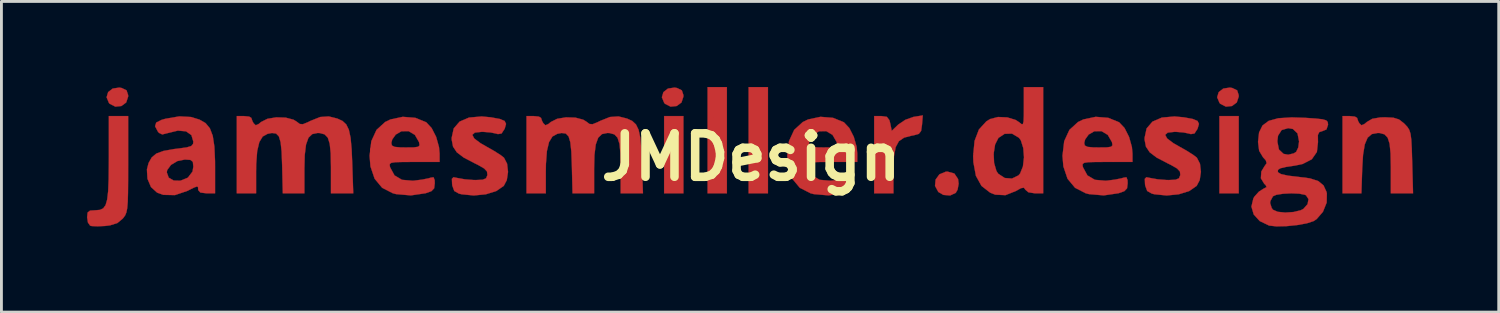
<source format=kicad_pcb>
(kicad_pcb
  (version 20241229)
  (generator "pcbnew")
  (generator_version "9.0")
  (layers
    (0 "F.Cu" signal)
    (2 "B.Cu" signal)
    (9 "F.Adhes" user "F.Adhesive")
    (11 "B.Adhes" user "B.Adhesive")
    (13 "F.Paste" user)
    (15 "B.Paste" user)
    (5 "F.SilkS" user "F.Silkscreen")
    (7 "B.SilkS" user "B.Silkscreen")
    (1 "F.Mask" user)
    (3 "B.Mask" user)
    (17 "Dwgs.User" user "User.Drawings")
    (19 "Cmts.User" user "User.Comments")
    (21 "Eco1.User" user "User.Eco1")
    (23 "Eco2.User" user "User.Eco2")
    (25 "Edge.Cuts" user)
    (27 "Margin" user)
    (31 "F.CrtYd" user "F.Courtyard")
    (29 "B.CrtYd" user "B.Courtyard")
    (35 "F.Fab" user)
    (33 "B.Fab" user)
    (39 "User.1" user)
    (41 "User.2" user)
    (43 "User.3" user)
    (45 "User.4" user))
  (footprint "JMDesign"
    (layer "F.Cu")
    (at 23.288 2.46)
    (property "Reference" "JMDesign" (at 0 0 0) (layer "F.SilkS") (effects (font (size 1.524 1.524) (thickness 0.3))))
    (attr through_hole)
    (fp_poly (pts (xy -2.371 1.27) (xy -3.048 1.27) (xy -3.048 -1.439) (xy -2.371 -1.439) (xy -2.371 1.27)) (stroke (width 0.01) (type solid)) (fill yes) (layer "F.Cu"))
    (fp_poly (pts (xy -0.847 1.27) (xy -1.524 1.27) (xy -1.524 -2.455) (xy -0.847 -2.455) (xy -0.847 1.27)) (stroke (width 0.01) (type solid)) (fill yes) (layer "F.Cu"))
    (fp_poly (pts (xy 0.593 1.27) (xy -0.085 1.27) (xy -0.085 -2.455) (xy 0.593 -2.455) (xy 0.593 1.27)) (stroke (width 0.01) (type solid)) (fill yes) (layer "F.Cu"))
    (fp_poly (pts (xy 17.103 1.27) (xy 16.425 1.27) (xy 16.425 -1.439) (xy 17.103 -1.439) (xy 17.103 1.27)) (stroke (width 0.01) (type solid)) (fill yes) (layer "F.Cu"))
    (fp_poly (pts (xy -22.069 -2.424) (xy -21.9 -2.342) (xy -21.845 -2.177) (xy -21.844 -2.124) (xy -21.913 -1.916) (xy -22.081 -1.792) (xy -22.292 -1.77) (xy -22.49 -1.87) (xy -22.518 -1.901) (xy -22.6 -2.099) (xy -22.546 -2.279) (xy -22.387 -2.404) (xy -22.155 -2.439) (xy -22.069 -2.424)) (stroke (width 0.01) (type solid)) (fill yes) (layer "F.Cu"))
    (fp_poly (pts (xy -2.595 -2.424) (xy -2.427 -2.342) (xy -2.372 -2.177) (xy -2.371 -2.124) (xy -2.439 -1.916) (xy -2.608 -1.792) (xy -2.819 -1.77) (xy -3.016 -1.87) (xy -3.045 -1.901) (xy -3.127 -2.099) (xy -3.073 -2.279) (xy -2.914 -2.404) (xy -2.682 -2.439) (xy -2.595 -2.424)) (stroke (width 0.01) (type solid)) (fill yes) (layer "F.Cu"))
    (fp_poly (pts (xy 7.13 0.575) (xy 7.26 0.768) (xy 7.281 0.931) (xy 7.244 1.138) (xy 7.18 1.253) (xy 6.983 1.345) (xy 6.744 1.325) (xy 6.568 1.222) (xy 6.452 1.009) (xy 6.473 0.787) (xy 6.606 0.604) (xy 6.831 0.511) (xy 6.889 0.508) (xy 7.13 0.575)) (stroke (width 0.01) (type solid)) (fill yes) (layer "F.Cu"))
    (fp_poly (pts (xy 16.878 -2.424) (xy 17.047 -2.342) (xy 17.101 -2.177) (xy 17.103 -2.124) (xy 17.034 -1.916) (xy 16.866 -1.792) (xy 16.654 -1.77) (xy 16.457 -1.87) (xy 16.429 -1.901) (xy 16.346 -2.099) (xy 16.401 -2.279) (xy 16.56 -2.404) (xy 16.792 -2.439) (xy 16.878 -2.424)) (stroke (width 0.01) (type solid)) (fill yes) (layer "F.Cu"))
    (fp_poly (pts (xy 5.996 -1.135) (xy 5.965 -0.921) (xy 5.885 -0.816) (xy 5.702 -0.764) (xy 5.636 -0.753) (xy 5.369 -0.684) (xy 5.186 -0.56) (xy 5.073 -0.353) (xy 5.014 -0.037) (xy 4.995 0.417) (xy 4.995 0.475) (xy 4.995 1.27) (xy 4.318 1.27) (xy 4.318 -1.439) (xy 4.574 -1.439) (xy 4.762 -1.413) (xy 4.852 -1.297) (xy 4.882 -1.181) (xy 4.934 -0.922) (xy 5.163 -1.141) (xy 5.41 -1.308) (xy 5.694 -1.41) (xy 5.708 -1.412) (xy 6.023 -1.463) (xy 5.996 -1.135)) (stroke (width 0.01) (type solid)) (fill yes) (layer "F.Cu"))
    (fp_poly (pts (xy -21.844 0.249) (xy -21.845 0.826) (xy -21.849 1.258) (xy -21.858 1.57) (xy -21.876 1.788) (xy -21.905 1.935) (xy -21.946 2.038) (xy -22.004 2.12) (xy -22.035 2.157) (xy -22.221 2.311) (xy -22.476 2.392) (xy -22.648 2.414) (xy -22.915 2.427) (xy -23.118 2.418) (xy -23.177 2.404) (xy -23.254 2.294) (xy -23.283 2.11) (xy -23.266 1.944) (xy -23.181 1.876) (xy -22.985 1.863) (xy -22.833 1.85) (xy -22.719 1.797) (xy -22.636 1.684) (xy -22.58 1.49) (xy -22.545 1.195) (xy -22.528 0.779) (xy -22.522 0.221) (xy -22.521 -0.006) (xy -22.521 -1.439) (xy -21.844 -1.439) (xy -21.844 0.249)) (stroke (width 0.01) (type solid)) (fill yes) (layer "F.Cu"))
    (fp_poly (pts (xy 21.176 -1.421) (xy 21.253 -1.377) (xy 21.253 -1.376) (xy 21.294 -1.256) (xy 21.332 -1.189) (xy 21.407 -1.117) (xy 21.511 -1.161) (xy 21.594 -1.231) (xy 21.786 -1.344) (xy 22.067 -1.392) (xy 22.232 -1.397) (xy 22.526 -1.382) (xy 22.723 -1.321) (xy 22.894 -1.189) (xy 22.922 -1.162) (xy 23.018 -1.059) (xy 23.084 -0.955) (xy 23.128 -0.816) (xy 23.155 -0.609) (xy 23.172 -0.301) (xy 23.185 0.141) (xy 23.186 0.171) (xy 23.216 1.27) (xy 22.437 1.27) (xy 22.437 0.345) (xy 22.427 -0.134) (xy 22.394 -0.469) (xy 22.326 -0.682) (xy 22.215 -0.799) (xy 22.052 -0.844) (xy 21.978 -0.847) (xy 21.772 -0.809) (xy 21.624 -0.683) (xy 21.524 -0.449) (xy 21.463 -0.085) (xy 21.434 0.39) (xy 21.405 1.27) (xy 20.743 1.27) (xy 20.743 -1.439) (xy 20.997 -1.439) (xy 21.176 -1.421)) (stroke (width 0.01) (type solid)) (fill yes) (layer "F.Cu"))
    (fp_poly (pts (xy 10.245 1.27) (xy 9.957 1.27) (xy 9.726 1.233) (xy 9.621 1.143) (xy 9.568 1.072) (xy 9.466 1.089) (xy 9.295 1.185) (xy 8.923 1.334) (xy 8.564 1.317) (xy 8.385 1.246) (xy 8.081 1.009) (xy 7.886 0.656) (xy 7.797 0.177) (xy 7.789 -0.042) (xy 7.797 -0.127) (xy 8.509 -0.127) (xy 8.524 0.206) (xy 8.606 0.487) (xy 8.67 0.584) (xy 8.897 0.732) (xy 9.151 0.751) (xy 9.375 0.643) (xy 9.436 0.574) (xy 9.535 0.327) (xy 9.572 0.007) (xy 9.547 -0.319) (xy 9.463 -0.586) (xy 9.398 -0.677) (xy 9.152 -0.824) (xy 8.892 -0.817) (xy 8.675 -0.673) (xy 8.559 -0.443) (xy 8.509 -0.127) (xy 7.797 -0.127) (xy 7.839 -0.569) (xy 7.992 -0.969) (xy 8.253 -1.254) (xy 8.385 -1.336) (xy 8.661 -1.407) (xy 8.988 -1.393) (xy 9.285 -1.301) (xy 9.405 -1.222) (xy 9.485 -1.157) (xy 9.533 -1.158) (xy 9.557 -1.253) (xy 9.566 -1.468) (xy 9.567 -1.765) (xy 9.567 -2.455) (xy 10.245 -2.455) (xy 10.245 1.27)) (stroke (width 0.01) (type solid)) (fill yes) (layer "F.Cu"))
    (fp_poly (pts (xy -9.123 -1.396) (xy -8.81 -1.338) (xy -8.641 -1.268) (xy -8.591 -1.165) (xy -8.636 -1.007) (xy -8.646 -0.986) (xy -8.748 -0.829) (xy -8.876 -0.807) (xy -8.925 -0.822) (xy -9.126 -0.864) (xy -9.392 -0.886) (xy -9.44 -0.887) (xy -9.686 -0.86) (xy -9.774 -0.781) (xy -9.708 -0.655) (xy -9.488 -0.489) (xy -9.289 -0.375) (xy -9.012 -0.218) (xy -8.782 -0.072) (xy -8.664 0.02) (xy -8.555 0.231) (xy -8.522 0.518) (xy -8.565 0.806) (xy -8.671 1.008) (xy -8.933 1.189) (xy -9.301 1.304) (xy -9.724 1.345) (xy -10.15 1.303) (xy -10.245 1.279) (xy -10.407 1.188) (xy -10.477 0.999) (xy -10.483 0.946) (xy -10.491 0.761) (xy -10.435 0.705) (xy -10.277 0.736) (xy -10.271 0.737) (xy -10.033 0.779) (xy -9.734 0.802) (xy -9.652 0.804) (xy -9.411 0.792) (xy -9.292 0.743) (xy -9.247 0.634) (xy -9.245 0.622) (xy -9.26 0.504) (xy -9.362 0.396) (xy -9.582 0.27) (xy -9.694 0.215) (xy -10.075 0.016) (xy -10.318 -0.169) (xy -10.45 -0.367) (xy -10.497 -0.608) (xy -10.499 -0.674) (xy -10.427 -1.005) (xy -10.221 -1.245) (xy -9.891 -1.387) (xy -9.449 -1.426) (xy -9.123 -1.396)) (stroke (width 0.01) (type solid)) (fill yes) (layer "F.Cu"))
    (fp_poly (pts (xy 15.177 -1.396) (xy 15.49 -1.338) (xy 15.659 -1.268) (xy 15.708 -1.165) (xy 15.663 -1.007) (xy 15.654 -0.986) (xy 15.551 -0.829) (xy 15.423 -0.807) (xy 15.374 -0.822) (xy 15.174 -0.864) (xy 14.907 -0.886) (xy 14.859 -0.887) (xy 14.613 -0.86) (xy 14.525 -0.781) (xy 14.591 -0.655) (xy 14.811 -0.489) (xy 15.01 -0.375) (xy 15.288 -0.218) (xy 15.517 -0.072) (xy 15.635 0.02) (xy 15.744 0.231) (xy 15.777 0.518) (xy 15.734 0.806) (xy 15.628 1.008) (xy 15.367 1.189) (xy 14.998 1.304) (xy 14.575 1.345) (xy 14.149 1.303) (xy 14.055 1.279) (xy 13.893 1.188) (xy 13.823 0.999) (xy 13.816 0.946) (xy 13.809 0.761) (xy 13.864 0.705) (xy 14.022 0.736) (xy 14.028 0.737) (xy 14.266 0.779) (xy 14.565 0.802) (xy 14.647 0.804) (xy 14.888 0.792) (xy 15.007 0.743) (xy 15.052 0.634) (xy 15.054 0.622) (xy 15.04 0.504) (xy 14.937 0.396) (xy 14.717 0.27) (xy 14.605 0.215) (xy 14.224 0.016) (xy 13.981 -0.169) (xy 13.849 -0.367) (xy 13.802 -0.608) (xy 13.801 -0.674) (xy 13.872 -1.005) (xy 14.078 -1.245) (xy 14.408 -1.387) (xy 14.85 -1.426) (xy 15.177 -1.396)) (stroke (width 0.01) (type solid)) (fill yes) (layer "F.Cu"))
    (fp_poly (pts (xy -17.601 -1.421) (xy -17.525 -1.377) (xy -17.525 -1.376) (xy -17.483 -1.256) (xy -17.445 -1.189) (xy -17.37 -1.117) (xy -17.267 -1.161) (xy -17.183 -1.231) (xy -16.959 -1.344) (xy -16.649 -1.395) (xy -16.32 -1.385) (xy -16.043 -1.312) (xy -15.937 -1.246) (xy -15.826 -1.163) (xy -15.716 -1.154) (xy -15.543 -1.224) (xy -15.449 -1.271) (xy -15.109 -1.407) (xy -14.808 -1.427) (xy -14.51 -1.353) (xy -14.327 -1.269) (xy -14.195 -1.146) (xy -14.103 -0.957) (xy -14.043 -0.675) (xy -14.006 -0.274) (xy -13.986 0.191) (xy -13.95 1.27) (xy -14.732 1.27) (xy -14.732 0.345) (xy -14.741 -0.134) (xy -14.775 -0.468) (xy -14.842 -0.681) (xy -14.954 -0.798) (xy -15.118 -0.843) (xy -15.199 -0.847) (xy -15.387 -0.808) (xy -15.52 -0.68) (xy -15.606 -0.441) (xy -15.651 -0.074) (xy -15.663 0.4) (xy -15.663 1.27) (xy -16.42 1.27) (xy -16.444 0.284) (xy -16.462 -0.193) (xy -16.497 -0.522) (xy -16.558 -0.726) (xy -16.656 -0.827) (xy -16.801 -0.846) (xy -16.954 -0.817) (xy -17.125 -0.723) (xy -17.244 -0.528) (xy -17.319 -0.212) (xy -17.353 0.242) (xy -17.357 0.521) (xy -17.357 1.27) (xy -18.034 1.27) (xy -18.034 -1.439) (xy -17.78 -1.439) (xy -17.601 -1.421)) (stroke (width 0.01) (type solid)) (fill yes) (layer "F.Cu"))
    (fp_poly (pts (xy -11.773 -1.378) (xy -11.393 -1.223) (xy -11.389 -1.221) (xy -11.2 -1.018) (xy -11.042 -0.708) (xy -10.943 -0.353) (xy -10.922 -0.125) (xy -10.922 0.169) (xy -11.817 0.169) (xy -12.213 0.171) (xy -12.469 0.178) (xy -12.611 0.199) (xy -12.669 0.24) (xy -12.67 0.306) (xy -12.656 0.36) (xy -12.503 0.641) (xy -12.241 0.796) (xy -11.866 0.828) (xy -11.812 0.824) (xy -11.533 0.788) (xy -11.308 0.743) (xy -11.239 0.722) (xy -11.135 0.706) (xy -11.095 0.806) (xy -11.091 0.918) (xy -11.113 1.095) (xy -11.21 1.195) (xy -11.409 1.266) (xy -11.929 1.342) (xy -12.442 1.298) (xy -12.561 1.268) (xy -12.937 1.075) (xy -13.2 0.758) (xy -13.347 0.325) (xy -13.377 -0.048) (xy -13.324 -0.495) (xy -12.615 -0.495) (xy -12.593 -0.407) (xy -12.501 -0.36) (xy -12.301 -0.341) (xy -12.102 -0.339) (xy -11.82 -0.342) (xy -11.672 -0.364) (xy -11.624 -0.417) (xy -11.641 -0.516) (xy -11.645 -0.529) (xy -11.789 -0.78) (xy -12.01 -0.911) (xy -12.262 -0.906) (xy -12.46 -0.791) (xy -12.582 -0.621) (xy -12.615 -0.495) (xy -13.324 -0.495) (xy -13.316 -0.56) (xy -13.134 -0.955) (xy -12.831 -1.232) (xy -12.644 -1.322) (xy -12.212 -1.413) (xy -11.773 -1.378)) (stroke (width 0.01) (type solid)) (fill yes) (layer "F.Cu"))
    (fp_poly (pts (xy -7.441 -1.421) (xy -7.365 -1.377) (xy -7.365 -1.376) (xy -7.323 -1.256) (xy -7.285 -1.189) (xy -7.21 -1.117) (xy -7.107 -1.161) (xy -7.023 -1.231) (xy -6.799 -1.344) (xy -6.489 -1.395) (xy -6.16 -1.385) (xy -5.883 -1.312) (xy -5.777 -1.246) (xy -5.666 -1.163) (xy -5.556 -1.154) (xy -5.383 -1.224) (xy -5.289 -1.271) (xy -4.949 -1.407) (xy -4.648 -1.427) (xy -4.35 -1.353) (xy -4.167 -1.269) (xy -4.035 -1.146) (xy -3.943 -0.957) (xy -3.883 -0.675) (xy -3.846 -0.274) (xy -3.826 0.191) (xy -3.79 1.27) (xy -4.572 1.27) (xy -4.572 0.345) (xy -4.581 -0.134) (xy -4.615 -0.468) (xy -4.682 -0.681) (xy -4.794 -0.798) (xy -4.958 -0.843) (xy -5.039 -0.847) (xy -5.227 -0.808) (xy -5.36 -0.68) (xy -5.446 -0.441) (xy -5.491 -0.074) (xy -5.503 0.4) (xy -5.503 1.27) (xy -6.26 1.27) (xy -6.284 0.284) (xy -6.302 -0.193) (xy -6.337 -0.522) (xy -6.398 -0.726) (xy -6.496 -0.827) (xy -6.641 -0.846) (xy -6.794 -0.817) (xy -6.965 -0.723) (xy -7.084 -0.528) (xy -7.159 -0.212) (xy -7.193 0.242) (xy -7.197 0.521) (xy -7.197 1.27) (xy -7.874 1.27) (xy -7.874 -1.439) (xy -7.62 -1.439) (xy -7.441 -1.421)) (stroke (width 0.01) (type solid)) (fill yes) (layer "F.Cu"))
    (fp_poly (pts (xy 2.874 -1.378) (xy 3.255 -1.223) (xy 3.258 -1.221) (xy 3.448 -1.018) (xy 3.605 -0.708) (xy 3.705 -0.353) (xy 3.725 -0.125) (xy 3.725 0.169) (xy 2.831 0.169) (xy 2.434 0.171) (xy 2.178 0.178) (xy 2.036 0.199) (xy 1.978 0.24) (xy 1.977 0.306) (xy 1.991 0.36) (xy 2.144 0.641) (xy 2.406 0.796) (xy 2.782 0.828) (xy 2.835 0.824) (xy 3.114 0.788) (xy 3.339 0.743) (xy 3.408 0.722) (xy 3.512 0.706) (xy 3.552 0.806) (xy 3.556 0.918) (xy 3.534 1.095) (xy 3.438 1.195) (xy 3.239 1.266) (xy 2.718 1.342) (xy 2.205 1.298) (xy 2.086 1.268) (xy 1.71 1.075) (xy 1.447 0.758) (xy 1.301 0.325) (xy 1.27 -0.048) (xy 1.323 -0.495) (xy 2.032 -0.495) (xy 2.054 -0.407) (xy 2.147 -0.36) (xy 2.346 -0.341) (xy 2.546 -0.339) (xy 2.828 -0.342) (xy 2.975 -0.364) (xy 3.023 -0.417) (xy 3.007 -0.516) (xy 3.003 -0.529) (xy 2.858 -0.78) (xy 2.638 -0.911) (xy 2.385 -0.906) (xy 2.187 -0.791) (xy 2.065 -0.621) (xy 2.032 -0.495) (xy 1.323 -0.495) (xy 1.331 -0.56) (xy 1.513 -0.955) (xy 1.816 -1.232) (xy 2.003 -1.322) (xy 2.436 -1.413) (xy 2.874 -1.378)) (stroke (width 0.01) (type solid)) (fill yes) (layer "F.Cu"))
    (fp_poly (pts (xy 12.526 -1.378) (xy 12.907 -1.223) (xy 12.91 -1.221) (xy 13.1 -1.018) (xy 13.257 -0.708) (xy 13.357 -0.353) (xy 13.377 -0.125) (xy 13.377 0.169) (xy 12.483 0.169) (xy 12.086 0.171) (xy 11.83 0.178) (xy 11.688 0.199) (xy 11.63 0.24) (xy 11.629 0.306) (xy 11.643 0.36) (xy 11.796 0.641) (xy 12.058 0.796) (xy 12.434 0.828) (xy 12.487 0.824) (xy 12.766 0.788) (xy 12.991 0.743) (xy 13.06 0.722) (xy 13.164 0.706) (xy 13.204 0.806) (xy 13.208 0.918) (xy 13.186 1.095) (xy 13.09 1.195) (xy 12.89 1.266) (xy 12.37 1.342) (xy 11.857 1.298) (xy 11.738 1.268) (xy 11.362 1.075) (xy 11.099 0.758) (xy 10.953 0.325) (xy 10.922 -0.048) (xy 10.975 -0.495) (xy 11.684 -0.495) (xy 11.706 -0.407) (xy 11.799 -0.36) (xy 11.998 -0.341) (xy 12.198 -0.339) (xy 12.48 -0.342) (xy 12.627 -0.364) (xy 12.675 -0.417) (xy 12.659 -0.516) (xy 12.655 -0.529) (xy 12.51 -0.78) (xy 12.29 -0.911) (xy 12.037 -0.906) (xy 11.839 -0.791) (xy 11.717 -0.621) (xy 11.684 -0.495) (xy 10.975 -0.495) (xy 10.983 -0.56) (xy 11.165 -0.955) (xy 11.468 -1.232) (xy 11.655 -1.322) (xy 12.088 -1.413) (xy 12.526 -1.378)) (stroke (width 0.01) (type solid)) (fill yes) (layer "F.Cu"))
    (fp_poly (pts (xy -19.64 -1.407) (xy -19.341 -1.315) (xy -19.129 -1.193) (xy -18.978 -1.011) (xy -18.877 -0.746) (xy -18.82 -0.371) (xy -18.797 0.138) (xy -18.796 0.336) (xy -18.796 1.27) (xy -19.092 1.27) (xy -19.312 1.242) (xy -19.388 1.155) (xy -19.389 1.143) (xy -19.392 1.055) (xy -19.429 1.029) (xy -19.537 1.069) (xy -19.757 1.179) (xy -19.77 1.185) (xy -20.204 1.332) (xy -20.612 1.323) (xy -20.828 1.245) (xy -21.043 1.05) (xy -21.167 0.758) (xy -21.18 0.533) (xy -20.489 0.533) (xy -20.421 0.72) (xy -20.246 0.821) (xy -20.011 0.827) (xy -19.762 0.726) (xy -19.746 0.715) (xy -19.586 0.506) (xy -19.558 0.334) (xy -19.575 0.166) (xy -19.66 0.098) (xy -19.854 0.085) (xy -20.117 0.138) (xy -20.342 0.273) (xy -20.474 0.452) (xy -20.489 0.533) (xy -21.18 0.533) (xy -21.185 0.427) (xy -21.128 0.207) (xy -21.018 0.011) (xy -20.857 -0.124) (xy -20.61 -0.216) (xy -20.242 -0.282) (xy -20.074 -0.302) (xy -19.787 -0.342) (xy -19.631 -0.389) (xy -19.568 -0.463) (xy -19.558 -0.544) (xy -19.626 -0.773) (xy -19.814 -0.904) (xy -20.099 -0.93) (xy -20.456 -0.843) (xy -20.46 -0.842) (xy -20.647 -0.795) (xy -20.764 -0.851) (xy -20.804 -0.9) (xy -20.9 -1.083) (xy -20.86 -1.211) (xy -20.671 -1.307) (xy -20.537 -1.345) (xy -20.048 -1.429) (xy -19.64 -1.407)) (stroke (width 0.01) (type solid)) (fill yes) (layer "F.Cu"))
    (fp_poly (pts (xy 19.431 -1.378) (xy 19.804 -1.353) (xy 20.039 -1.327) (xy 20.169 -1.29) (xy 20.223 -1.233) (xy 20.235 -1.146) (xy 20.235 -1.136) (xy 20.179 -0.97) (xy 20.046 -0.916) (xy 19.928 -0.878) (xy 19.879 -0.777) (xy 19.881 -0.563) (xy 19.883 -0.532) (xy 19.844 -0.181) (xy 19.665 0.076) (xy 19.346 0.24) (xy 19.082 0.296) (xy 18.752 0.346) (xy 18.561 0.392) (xy 18.479 0.447) (xy 18.476 0.523) (xy 18.478 0.529) (xy 18.582 0.594) (xy 18.831 0.65) (xy 19.166 0.689) (xy 19.599 0.745) (xy 19.893 0.84) (xy 20.076 0.991) (xy 20.179 1.214) (xy 20.193 1.27) (xy 20.187 1.594) (xy 20.056 1.918) (xy 19.833 2.175) (xy 19.728 2.244) (xy 19.492 2.321) (xy 19.152 2.383) (xy 18.776 2.421) (xy 18.428 2.429) (xy 18.174 2.401) (xy 18.165 2.399) (xy 17.839 2.242) (xy 17.628 2.01) (xy 17.548 1.735) (xy 17.578 1.609) (xy 18.203 1.609) (xy 18.26 1.786) (xy 18.305 1.846) (xy 18.471 1.918) (xy 18.733 1.944) (xy 19.024 1.925) (xy 19.276 1.864) (xy 19.37 1.816) (xy 19.517 1.65) (xy 19.55 1.473) (xy 19.462 1.34) (xy 19.424 1.321) (xy 19.223 1.281) (xy 18.947 1.27) (xy 18.66 1.284) (xy 18.423 1.321) (xy 18.305 1.372) (xy 18.214 1.538) (xy 18.203 1.609) (xy 17.578 1.609) (xy 17.616 1.448) (xy 17.65 1.389) (xy 17.81 1.211) (xy 17.962 1.113) (xy 18.079 1.052) (xy 18.045 0.978) (xy 17.999 0.938) (xy 17.88 0.742) (xy 17.895 0.504) (xy 17.999 0.331) (xy 18.081 0.213) (xy 18.051 0.111) (xy 17.956 0.007) (xy 17.819 -0.221) (xy 17.78 -0.531) (xy 17.782 -0.55) (xy 18.457 -0.55) (xy 18.512 -0.268) (xy 18.674 -0.114) (xy 18.838 -0.085) (xy 19.033 -0.131) (xy 19.118 -0.186) (xy 19.191 -0.339) (xy 19.219 -0.55) (xy 19.164 -0.833) (xy 19.002 -0.987) (xy 18.838 -1.016) (xy 18.607 -0.949) (xy 18.481 -0.751) (xy 18.457 -0.55) (xy 17.782 -0.55) (xy 17.816 -0.864) (xy 17.936 -1.108) (xy 18.155 -1.272) (xy 18.492 -1.364) (xy 18.961 -1.393) (xy 19.431 -1.378)) (stroke (width 0.01) (type solid)) (fill yes) (layer "F.Cu"))
    (pad "2" smd circle (at -22.098 0.254) (size 0.3 0.3) (layers "F.Cu" "F.Mask" "F.Paste"))
    (pad "3" smd circle (at -22.098 -2.032) (size 0.3 0.3) (layers "F.Cu" "F.Mask" "F.Paste"))
    (pad "4" smd circle (at -19.304 -0.254) (size 0.3 0.3) (layers "F.Cu" "F.Mask" "F.Paste"))
    (pad "5" smd circle (at -17.78 -0.762) (size 0.3 0.3) (layers "F.Cu" "F.Mask" "F.Paste"))
    (pad "6" smd circle (at -13.208 -0.254) (size 0.3 0.3) (layers "F.Cu" "F.Mask" "F.Paste"))
    (pad "7" smd circle (at -10.16 -0.508) (size 0.3 0.3) (layers "F.Cu" "F.Mask" "F.Paste"))
    (pad "8" smd circle (at -7.62 -0.508) (size 0.3 0.3) (layers "F.Cu" "F.Mask" "F.Paste"))
    (pad "9" smd circle (at -2.794 -0.254) (size 0.3 0.3) (layers "F.Cu" "F.Mask" "F.Paste"))
    (pad "10" smd circle (at -2.794 -2.032) (size 0.3 0.3) (layers "F.Cu" "F.Mask" "F.Paste"))
    (pad "11" smd circle (at -1.27 -1.524) (size 0.3 0.3) (layers "F.Cu" "F.Mask" "F.Paste"))
    (pad "12" smd circle (at 0.254 -1.27) (size 0.3 0.3) (layers "F.Cu" "F.Mask" "F.Paste"))
    (pad "13" smd circle (at 2.286 0) (size 0.3 0.3) (layers "F.Cu" "F.Mask" "F.Paste"))
    (pad "14" smd circle (at 4.826 0.254) (size 0.3 0.3) (layers "F.Cu" "F.Mask" "F.Paste"))
    (pad "15" smd circle (at 6.858 1.016) (size 0.3 0.3) (layers "F.Cu" "F.Mask" "F.Paste"))
    (pad "16" smd circle (at 9.906 0) (size 0.3 0.3) (layers "F.Cu" "F.Mask" "F.Paste"))
    (pad "17" smd circle (at 12.7 0) (size 0.3 0.3) (layers "F.Cu" "F.Mask" "F.Paste"))
    (pad "18" smd circle (at 14.478 -0.254) (size 0.3 0.3) (layers "F.Cu" "F.Mask" "F.Paste"))
    (pad "19" smd circle (at 16.764 -0.254) (size 0.3 0.3) (layers "F.Cu" "F.Mask" "F.Paste"))
    (pad "20" smd circle (at 16.764 -2.032) (size 0.3 0.3) (layers "F.Cu" "F.Mask" "F.Paste"))
    (pad "21" smd circle (at 18.288 0) (size 0.3 0.3) (layers "F.Cu" "F.Mask" "F.Paste"))
    (pad "22" smd circle (at 21.082 0) (size 0.3 0.3) (layers "F.Cu" "F.Mask" "F.Paste")))
  (gr_rect
    (start -3 -3)
    (end 49.509 7.895)
    (stroke (width 0.1) (type default))
    (fill no)
    (layer "Edge.Cuts")))
</source>
